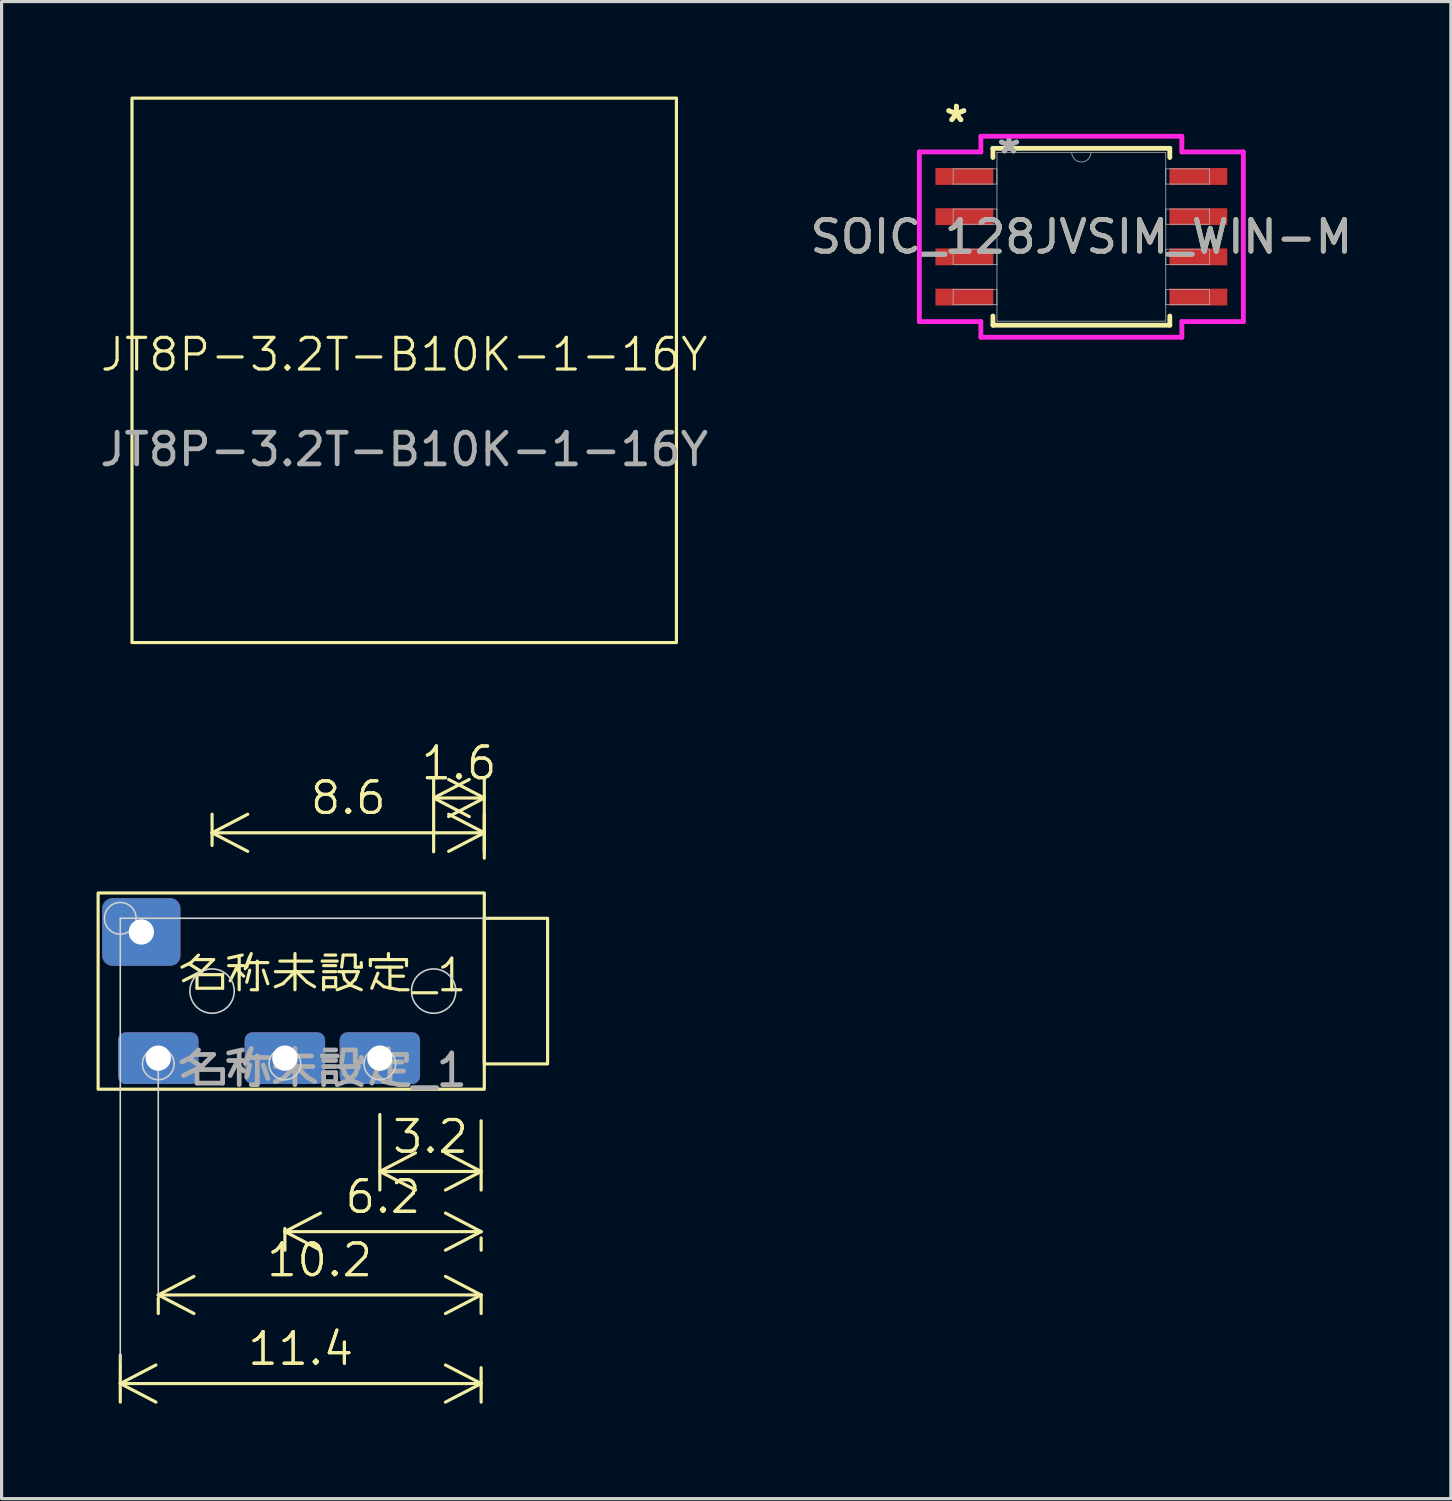
<source format=kicad_pcb>
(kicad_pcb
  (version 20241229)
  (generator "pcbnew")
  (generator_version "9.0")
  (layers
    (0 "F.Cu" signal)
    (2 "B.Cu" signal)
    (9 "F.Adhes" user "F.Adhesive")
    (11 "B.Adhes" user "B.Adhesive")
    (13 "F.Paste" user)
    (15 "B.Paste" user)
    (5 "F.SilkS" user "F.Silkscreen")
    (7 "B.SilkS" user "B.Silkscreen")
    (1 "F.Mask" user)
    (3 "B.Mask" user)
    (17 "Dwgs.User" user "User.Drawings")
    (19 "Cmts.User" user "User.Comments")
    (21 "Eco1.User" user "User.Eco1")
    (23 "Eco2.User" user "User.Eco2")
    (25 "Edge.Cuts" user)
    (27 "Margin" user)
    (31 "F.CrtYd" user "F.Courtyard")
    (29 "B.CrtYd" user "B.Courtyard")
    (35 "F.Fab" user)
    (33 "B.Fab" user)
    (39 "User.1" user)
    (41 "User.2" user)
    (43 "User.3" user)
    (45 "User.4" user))
  (footprint "名称未設定_1"
    (layer "F.Cu")
    (at 7.15 28.261)
    (property "Reference" "名称未設定_1" (at 0 -0.5 0) (unlocked yes) (layer "F.SilkS") (effects (font (size 1 1) (thickness 0.1))))
    (attr through_hole)
    (fp_rect (start -7.1 -3.1) (end 5.1 3.1) (stroke (width 0.1) (type default)) (fill no) (layer "F.SilkS"))
    (fp_rect (start 5.1 -2.3) (end 7.1 2.3) (stroke (width 0.1) (type default)) (fill no) (layer "F.SilkS"))
    (fp_line (start -6.4 11.7) (end -6.4 -2.3) (stroke (width 0.05) (type default)) (layer "Edge.Cuts"))
    (fp_line (start -5.2 9.6) (end -5.2 2.3) (stroke (width 0.05) (type default)) (layer "Edge.Cuts"))
    (fp_line (start 5.2 -2.3) (end -6.4 -2.3) (stroke (width 0.05) (type default)) (layer "Edge.Cuts"))
    (fp_circle (center -6.4 -2.3) (end -6.4 -2.8) (stroke (width 0.05) (type default)) (fill no) (layer "Edge.Cuts"))
    (fp_circle (center -5.2 2.3) (end -5.2 1.8) (stroke (width 0.05) (type default)) (fill no) (layer "Edge.Cuts"))
    (fp_circle (center -3.5 0) (end -3.5 -0.7) (stroke (width 0.05) (type default)) (fill no) (layer "Edge.Cuts"))
    (fp_circle (center -1.2 2.3) (end -1.2 1.8) (stroke (width 0.05) (type default)) (fill no) (layer "Edge.Cuts"))
    (fp_circle (center 1.8 2.3) (end 1.8 1.8) (stroke (width 0.05) (type default)) (fill no) (layer "Edge.Cuts"))
    (fp_circle (center 3.5 0) (end 3.5 -0.7) (stroke (width 0.05) (type default)) (fill no) (layer "Edge.Cuts"))
    (fp_text user "${REFERENCE}" (at 0 2.5 0) (unlocked yes) (layer "F.Fab") (effects (font (size 1 1) (thickness 0.15))))
    (dimension (type orthogonal) (layer "F.SilkS") (pts (xy 12.15 35.56) (xy 5.95 35.261)) (height 0.3) (orientation 0) (format (prefix "") (suffix "") (units 3) (units_format 0) (precision 4) (suppress_zeroes yes)) (style (thickness 0.1) (arrow_length 1.27) (text_position_mode 0) (arrow_direction outward) (extension_height 0.586) (extension_offset 0.5) (keep_text_aligned yes)) (gr_text "6.2" (at 9.05 34.761 0) (layer "F.SilkS") (effects (font (size 1 1) (thickness 0.1)))))
    (dimension (type orthogonal) (layer "F.SilkS") (pts (xy 12.15 31.86) (xy 8.95 31.66)) (height 2.1) (orientation 0) (format (prefix "") (suffix "") (units 3) (units_format 0) (precision 4) (suppress_zeroes yes)) (style (thickness 0.1) (arrow_length 1.27) (text_position_mode 0) (arrow_direction outward) (extension_height 0.586) (extension_offset 0.5) (keep_text_aligned yes)) (gr_text "3.2" (at 10.55 32.861 0) (layer "F.SilkS") (effects (font (size 1 1) (thickness 0.1)))))
    (dimension (type orthogonal) (layer "F.SilkS") (pts (xy 12.25 24.36) (xy 3.65 24.16)) (height -1.1) (orientation 0) (format (prefix "") (suffix "") (units 3) (units_format 0) (precision 4) (suppress_zeroes yes)) (style (thickness 0.1) (arrow_length 1.27) (text_position_mode 0) (arrow_direction outward) (extension_height 0.586) (extension_offset 0.5) (keep_text_aligned yes)) (gr_text "8.6" (at 7.95 22.16 0) (layer "F.SilkS") (effects (font (size 1 1) (thickness 0.1)))))
    (dimension (type orthogonal) (layer "F.SilkS") (pts (xy 12.25 24.561) (xy 10.65 24.36)) (height -2.4) (orientation 0) (format (prefix "") (suffix "") (units 3) (units_format 0) (precision 4) (suppress_zeroes yes)) (style (thickness 0.1) (arrow_length 1.27) (text_position_mode 0) (arrow_direction outward) (extension_height 0.586) (extension_offset 0.5) (keep_text_aligned yes)) (gr_text "1.6" (at 11.45 21.061 0) (layer "F.SilkS") (effects (font (size 1 1) (thickness 0.1)))))
    (dimension (type orthogonal) (layer "F.SilkS") (pts (xy 12.15 37.361) (xy 1.95 37.461)) (height 0.5) (orientation 0) (format (prefix "") (suffix "") (units 3) (units_format 0) (precision 4) (suppress_zeroes yes)) (style (thickness 0.1) (arrow_length 1.27) (text_position_mode 0) (arrow_direction outward) (extension_height 0.586) (extension_offset 0.5) (keep_text_aligned yes)) (gr_text "10.2" (at 7.05 36.761 0) (layer "F.SilkS") (effects (font (size 1 1) (thickness 0.1)))))
    (dimension (type orthogonal) (layer "F.SilkS") (pts (xy 12.15 39.66) (xy 0.75 39.261)) (height 1) (orientation 0) (format (prefix "") (suffix "") (units 3) (units_format 0) (precision 4) (suppress_zeroes yes)) (style (thickness 0.1) (arrow_length 1.27) (text_position_mode 0) (arrow_direction outward) (extension_height 0.586) (extension_offset 0.5) (keep_text_aligned yes)) (gr_text "11.4" (at 6.45 39.56 0) (layer "F.SilkS") (effects (font (size 1 1) (thickness 0.1)))))
    (pad "1" thru_hole roundrect (at -5.735 -1.867) (size 2.47 2.135) (drill 0.8) (layers "*.Cu" "*.Mask") (roundrect_rratio 0.15))
    (pad "2" thru_hole roundrect (at -5.2 2.118) (size 2.54 1.635) (drill 0.8) (layers "*.Cu" "*.Mask") (roundrect_rratio 0.15))
    (pad "3" thru_hole roundrect (at -1.2 2.118) (size 2.54 1.635) (drill 0.8) (layers "*.Cu" "*.Mask") (roundrect_rratio 0.15))
    (pad "4" thru_hole roundrect (at 1.8 2.118) (size 2.54 1.635) (drill 0.8) (layers "*.Cu" "*.Mask") (roundrect_rratio 0.15)))
  (footprint "SOIC_128JVSIM_WIN-M"
    (layer "F.Cu")
    (at 31.113 4.43)
    (property "Reference" "SOIC_128JVSIM_WIN-M" (at 0 0 0) (unlocked yes) (layer "F.SilkS") (effects (font (size 1 1) (thickness 0.15))))
    (attr smd)
    (fp_line (start -2.794 -2.794) (end -2.794 -2.504) (stroke (width 0.152) (type solid)) (layer "F.SilkS"))
    (fp_line (start -2.794 2.504) (end -2.794 2.794) (stroke (width 0.152) (type solid)) (layer "F.SilkS"))
    (fp_line (start -2.794 2.794) (end 2.794 2.794) (stroke (width 0.152) (type solid)) (layer "F.SilkS"))
    (fp_line (start 2.794 -2.794) (end -2.794 -2.794) (stroke (width 0.152) (type solid)) (layer "F.SilkS"))
    (fp_line (start 2.794 -2.504) (end 2.794 -2.794) (stroke (width 0.152) (type solid)) (layer "F.SilkS"))
    (fp_line (start 2.794 2.794) (end 2.794 2.504) (stroke (width 0.152) (type solid)) (layer "F.SilkS"))
    (fp_line (start -5.118 -2.68) (end -3.175 -2.68) (stroke (width 0.152) (type solid)) (layer "F.CrtYd"))
    (fp_line (start -5.118 2.68) (end -5.118 -2.68) (stroke (width 0.152) (type solid)) (layer "F.CrtYd"))
    (fp_line (start -5.118 2.68) (end -3.175 2.68) (stroke (width 0.152) (type solid)) (layer "F.CrtYd"))
    (fp_line (start -3.175 -3.175) (end 3.175 -3.175) (stroke (width 0.152) (type solid)) (layer "F.CrtYd"))
    (fp_line (start -3.175 -2.68) (end -3.175 -3.175) (stroke (width 0.152) (type solid)) (layer "F.CrtYd"))
    (fp_line (start -3.175 3.175) (end -3.175 2.68) (stroke (width 0.152) (type solid)) (layer "F.CrtYd"))
    (fp_line (start 3.175 -3.175) (end 3.175 -2.68) (stroke (width 0.152) (type solid)) (layer "F.CrtYd"))
    (fp_line (start 3.175 2.68) (end 3.175 3.175) (stroke (width 0.152) (type solid)) (layer "F.CrtYd"))
    (fp_line (start 3.175 3.175) (end -3.175 3.175) (stroke (width 0.152) (type solid)) (layer "F.CrtYd"))
    (fp_line (start 5.118 -2.68) (end 3.175 -2.68) (stroke (width 0.152) (type solid)) (layer "F.CrtYd"))
    (fp_line (start 5.118 -2.68) (end 5.118 2.68) (stroke (width 0.152) (type solid)) (layer "F.CrtYd"))
    (fp_line (start 5.118 2.68) (end 3.175 2.68) (stroke (width 0.152) (type solid)) (layer "F.CrtYd"))
    (fp_line (start -4.051 -2.146) (end -4.051 -1.664) (stroke (width 0.025) (type solid)) (layer "F.Fab"))
    (fp_line (start -4.051 -1.664) (end -2.667 -1.664) (stroke (width 0.025) (type solid)) (layer "F.Fab"))
    (fp_line (start -4.051 -0.876) (end -4.051 -0.394) (stroke (width 0.025) (type solid)) (layer "F.Fab"))
    (fp_line (start -4.051 -0.394) (end -2.667 -0.394) (stroke (width 0.025) (type solid)) (layer "F.Fab"))
    (fp_line (start -4.051 0.394) (end -4.051 0.876) (stroke (width 0.025) (type solid)) (layer "F.Fab"))
    (fp_line (start -4.051 0.876) (end -2.667 0.876) (stroke (width 0.025) (type solid)) (layer "F.Fab"))
    (fp_line (start -4.051 1.664) (end -4.051 2.146) (stroke (width 0.025) (type solid)) (layer "F.Fab"))
    (fp_line (start -4.051 2.146) (end -2.667 2.146) (stroke (width 0.025) (type solid)) (layer "F.Fab"))
    (fp_line (start -2.667 -2.667) (end -2.667 2.667) (stroke (width 0.025) (type solid)) (layer "F.Fab"))
    (fp_line (start -2.667 -2.146) (end -4.051 -2.146) (stroke (width 0.025) (type solid)) (layer "F.Fab"))
    (fp_line (start -2.667 -1.664) (end -2.667 -2.146) (stroke (width 0.025) (type solid)) (layer "F.Fab"))
    (fp_line (start -2.667 -0.876) (end -4.051 -0.876) (stroke (width 0.025) (type solid)) (layer "F.Fab"))
    (fp_line (start -2.667 -0.394) (end -2.667 -0.876) (stroke (width 0.025) (type solid)) (layer "F.Fab"))
    (fp_line (start -2.667 0.394) (end -4.051 0.394) (stroke (width 0.025) (type solid)) (layer "F.Fab"))
    (fp_line (start -2.667 0.876) (end -2.667 0.394) (stroke (width 0.025) (type solid)) (layer "F.Fab"))
    (fp_line (start -2.667 1.664) (end -4.051 1.664) (stroke (width 0.025) (type solid)) (layer "F.Fab"))
    (fp_line (start -2.667 2.146) (end -2.667 1.664) (stroke (width 0.025) (type solid)) (layer "F.Fab"))
    (fp_line (start -2.667 2.667) (end 2.667 2.667) (stroke (width 0.025) (type solid)) (layer "F.Fab"))
    (fp_line (start 2.667 -2.667) (end -2.667 -2.667) (stroke (width 0.025) (type solid)) (layer "F.Fab"))
    (fp_line (start 2.667 -2.146) (end 2.667 -1.664) (stroke (width 0.025) (type solid)) (layer "F.Fab"))
    (fp_line (start 2.667 -1.664) (end 4.051 -1.664) (stroke (width 0.025) (type solid)) (layer "F.Fab"))
    (fp_line (start 2.667 -0.876) (end 2.667 -0.394) (stroke (width 0.025) (type solid)) (layer "F.Fab"))
    (fp_line (start 2.667 -0.394) (end 4.051 -0.394) (stroke (width 0.025) (type solid)) (layer "F.Fab"))
    (fp_line (start 2.667 0.394) (end 2.667 0.876) (stroke (width 0.025) (type solid)) (layer "F.Fab"))
    (fp_line (start 2.667 0.876) (end 4.051 0.876) (stroke (width 0.025) (type solid)) (layer "F.Fab"))
    (fp_line (start 2.667 1.664) (end 2.667 2.146) (stroke (width 0.025) (type solid)) (layer "F.Fab"))
    (fp_line (start 2.667 2.146) (end 4.051 2.146) (stroke (width 0.025) (type solid)) (layer "F.Fab"))
    (fp_line (start 2.667 2.667) (end 2.667 -2.667) (stroke (width 0.025) (type solid)) (layer "F.Fab"))
    (fp_line (start 4.051 -2.146) (end 2.667 -2.146) (stroke (width 0.025) (type solid)) (layer "F.Fab"))
    (fp_line (start 4.051 -1.664) (end 4.051 -2.146) (stroke (width 0.025) (type solid)) (layer "F.Fab"))
    (fp_line (start 4.051 -0.876) (end 2.667 -0.876) (stroke (width 0.025) (type solid)) (layer "F.Fab"))
    (fp_line (start 4.051 -0.394) (end 4.051 -0.876) (stroke (width 0.025) (type solid)) (layer "F.Fab"))
    (fp_line (start 4.051 0.394) (end 2.667 0.394) (stroke (width 0.025) (type solid)) (layer "F.Fab"))
    (fp_line (start 4.051 0.876) (end 4.051 0.394) (stroke (width 0.025) (type solid)) (layer "F.Fab"))
    (fp_line (start 4.051 1.664) (end 2.667 1.664) (stroke (width 0.025) (type solid)) (layer "F.Fab"))
    (fp_line (start 4.051 2.146) (end 4.051 1.664) (stroke (width 0.025) (type solid)) (layer "F.Fab"))
    (fp_arc (start 0.3048 -2.667) (mid 0 -2.3622) (end -0.3048 -2.667) (stroke (width 0.0254) (type solid)) (layer "F.Fab"))
    (fp_text user "*" (at -3.95 -3.581 0) (unlocked yes) (layer "F.SilkS") (effects (font (size 1 1) (thickness 0.15))))
    (fp_text user "*" (at -3.95 -3.581 0) (layer "F.SilkS") (effects (font (size 1 1) (thickness 0.15))))
    (fp_text user "*" (at -2.286 -2.591 0) (layer "F.Fab") (effects (font (size 1 1) (thickness 0.15))))
    (fp_text user "*" (at -2.286 -2.591 0) (unlocked yes) (layer "F.Fab") (effects (font (size 1 1) (thickness 0.15))))
    (fp_text user "${REFERENCE}" (at 0 0 0) (unlocked yes) (layer "F.Fab") (effects (font (size 1 1) (thickness 0.15))))
    (pad "1" smd rect (at -3.696 -1.905) (size 1.829 0.533) (layers "F.Cu" "F.Mask" "F.Paste"))
    (pad "2" smd rect (at -3.696 -0.635) (size 1.829 0.533) (layers "F.Cu" "F.Mask" "F.Paste"))
    (pad "3" smd rect (at -3.696 0.635) (size 1.829 0.533) (layers "F.Cu" "F.Mask" "F.Paste"))
    (pad "4" smd rect (at -3.696 1.905) (size 1.829 0.533) (layers "F.Cu" "F.Mask" "F.Paste"))
    (pad "5" smd rect (at 3.696 1.905) (size 1.829 0.533) (layers "F.Cu" "F.Mask" "F.Paste"))
    (pad "6" smd rect (at 3.696 0.635) (size 1.829 0.533) (layers "F.Cu" "F.Mask" "F.Paste"))
    (pad "7" smd rect (at 3.696 -0.635) (size 1.829 0.533) (layers "F.Cu" "F.Mask" "F.Paste"))
    (pad "8" smd rect (at 3.696 -1.905) (size 1.829 0.533) (layers "F.Cu" "F.Mask" "F.Paste")))
  (footprint "JT8P-3.2T-B10K-1-16Y"
    (layer "F.Cu")
    (at 9.72 8.65)
    (property "Reference" "JT8P-3.2T-B10K-1-16Y" (at 0 -0.5 0) (unlocked yes) (layer "F.SilkS") (effects (font (size 1 1) (thickness 0.1))))
    (attr through_hole)
    (fp_rect (start -8.6 -8.6) (end 8.6 8.6) (stroke (width 0.1) (type default)) (fill no) (layer "F.SilkS"))
    (fp_text user "${REFERENCE}" (at 0 2.5 0) (unlocked yes) (layer "F.Fab") (effects (font (size 1 1) (thickness 0.15)))))
  (gr_rect
    (start -3 -3)
    (end 42.786 44.297)
    (stroke (width 0.1) (type default))
    (fill no)
    (layer "Edge.Cuts")))
</source>
